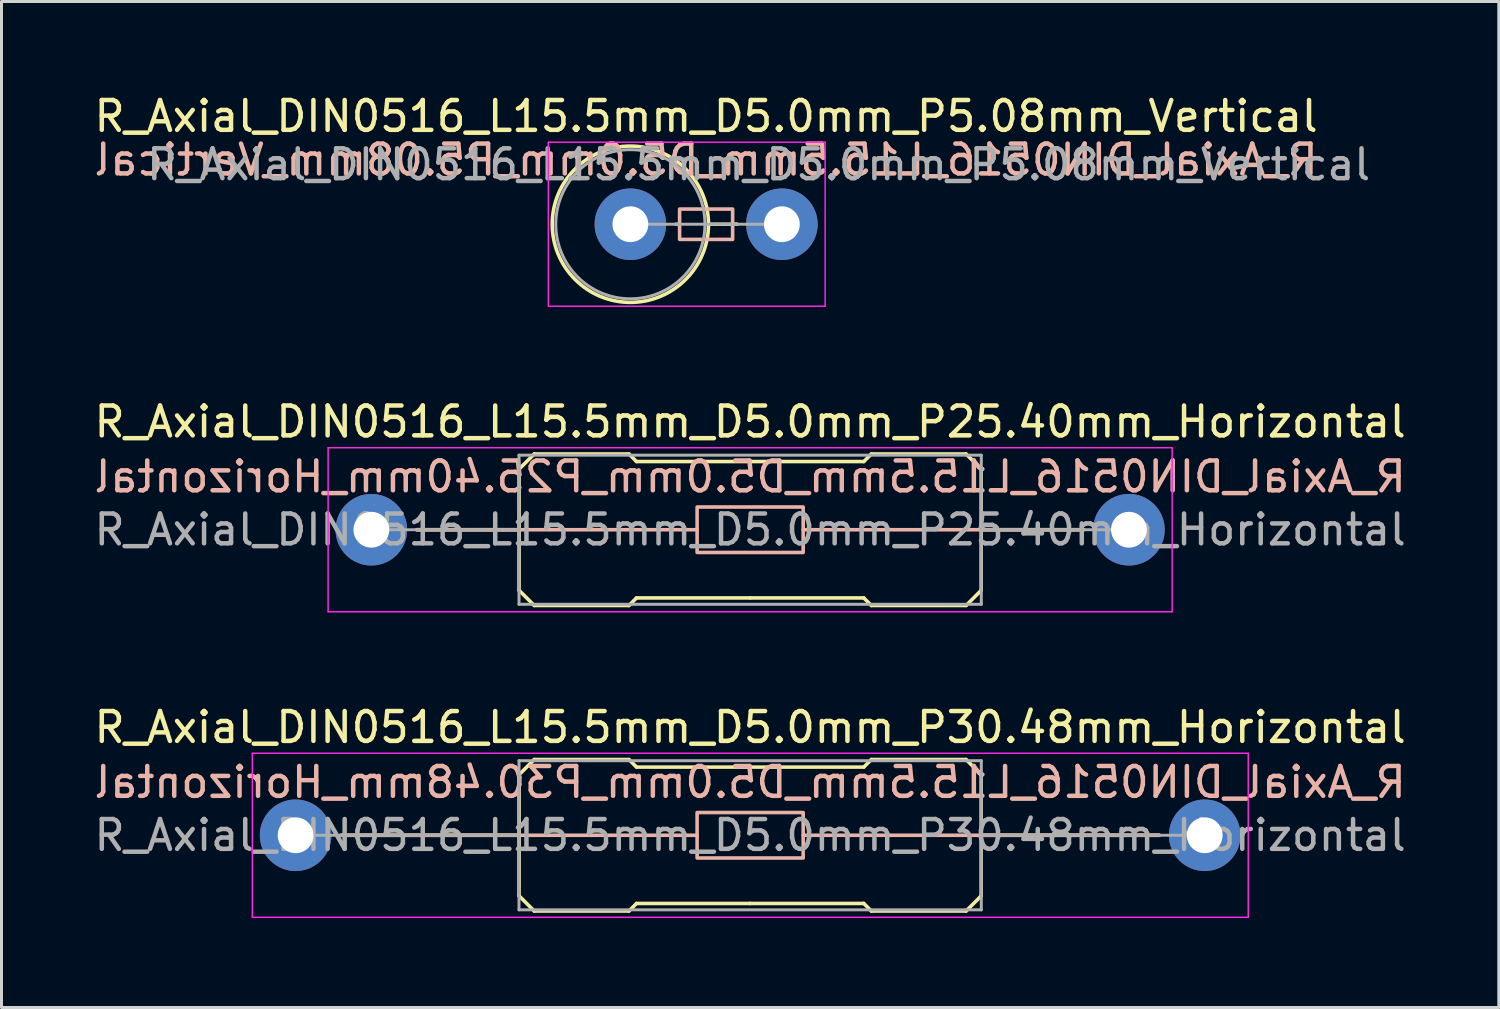
<source format=kicad_pcb>
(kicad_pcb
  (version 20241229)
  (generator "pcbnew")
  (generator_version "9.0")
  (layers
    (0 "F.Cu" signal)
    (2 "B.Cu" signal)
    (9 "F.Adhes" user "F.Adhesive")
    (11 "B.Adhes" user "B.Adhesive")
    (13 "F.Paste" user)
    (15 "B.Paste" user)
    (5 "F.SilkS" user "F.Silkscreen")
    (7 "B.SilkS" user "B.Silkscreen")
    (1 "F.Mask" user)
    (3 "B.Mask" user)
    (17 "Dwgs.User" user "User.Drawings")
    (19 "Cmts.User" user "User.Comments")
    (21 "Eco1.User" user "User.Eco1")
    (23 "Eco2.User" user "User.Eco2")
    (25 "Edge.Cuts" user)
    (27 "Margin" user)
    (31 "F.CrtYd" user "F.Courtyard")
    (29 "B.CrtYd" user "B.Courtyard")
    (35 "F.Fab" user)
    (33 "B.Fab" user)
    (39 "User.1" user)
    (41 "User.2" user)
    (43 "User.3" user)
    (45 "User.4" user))
  (footprint "R_Axial_DIN0516_L15.5mm_D5.0mm_P30.48mm_Horizontal"
    (layer "F.Cu")
    (at 6.861 24.955)
    (property "Reference" "R_Axial_DIN0516_L15.5mm_D5.0mm_P30.48mm_Horizontal" (at 15.24 -3.62 0) (layer "F.SilkS") (effects (font (size 1 1) (thickness 0.15))))
    (fp_line (start 7.493 -2.032) (end 8.001 -2.54) (stroke (width 0.12) (type solid)) (layer "F.SilkS"))
    (fp_line (start 7.493 0) (end 1.524 0) (stroke (width 0.12) (type solid)) (layer "F.SilkS"))
    (fp_line (start 7.493 2.032) (end 7.493 -2.032) (stroke (width 0.12) (type solid)) (layer "F.SilkS"))
    (fp_line (start 7.493 2.032) (end 8.001 2.54) (stroke (width 0.12) (type solid)) (layer "F.SilkS"))
    (fp_line (start 8.001 -2.54) (end 11.176 -2.54) (stroke (width 0.12) (type solid)) (layer "F.SilkS"))
    (fp_line (start 8.001 2.54) (end 11.176 2.54) (stroke (width 0.12) (type solid)) (layer "F.SilkS"))
    (fp_line (start 11.176 -2.54) (end 11.43 -2.286) (stroke (width 0.12) (type solid)) (layer "F.SilkS"))
    (fp_line (start 11.176 2.54) (end 11.43 2.286) (stroke (width 0.12) (type solid)) (layer "F.SilkS"))
    (fp_line (start 11.43 -2.286) (end 15.24 -2.286) (stroke (width 0.12) (type solid)) (layer "F.SilkS"))
    (fp_line (start 11.43 2.286) (end 15.24 2.286) (stroke (width 0.12) (type solid)) (layer "F.SilkS"))
    (fp_line (start 19.05 -2.286) (end 15.24 -2.286) (stroke (width 0.12) (type solid)) (layer "F.SilkS"))
    (fp_line (start 19.05 2.286) (end 15.24 2.286) (stroke (width 0.12) (type solid)) (layer "F.SilkS"))
    (fp_line (start 19.304 -2.54) (end 19.05 -2.286) (stroke (width 0.12) (type solid)) (layer "F.SilkS"))
    (fp_line (start 19.304 2.54) (end 19.05 2.286) (stroke (width 0.12) (type solid)) (layer "F.SilkS"))
    (fp_line (start 22.479 -2.54) (end 19.304 -2.54) (stroke (width 0.12) (type solid)) (layer "F.SilkS"))
    (fp_line (start 22.479 2.54) (end 19.304 2.54) (stroke (width 0.12) (type solid)) (layer "F.SilkS"))
    (fp_line (start 22.987 -2.032) (end 22.479 -2.54) (stroke (width 0.12) (type solid)) (layer "F.SilkS"))
    (fp_line (start 22.987 2.032) (end 22.479 2.54) (stroke (width 0.12) (type solid)) (layer "F.SilkS"))
    (fp_line (start 22.987 2.032) (end 22.987 -2.032) (stroke (width 0.12) (type solid)) (layer "F.SilkS"))
    (fp_line (start 28.956 0) (end 22.987 0) (stroke (width 0.12) (type solid)) (layer "F.SilkS"))
    (fp_line (start 13.462 0) (end 1.524 0) (stroke (width 0.12) (type solid)) (layer "B.SilkS"))
    (fp_line (start 17.018 0) (end 28.956 0) (stroke (width 0.12) (type solid)) (layer "B.SilkS"))
    (fp_rect (start 13.462 -0.762) (end 17.018 0.762) (stroke (width 0.12) (type solid)) (fill no) (layer "B.SilkS"))
    (fp_line (start -1.45 -2.75) (end -1.45 2.75) (stroke (width 0.05) (type solid)) (layer "F.CrtYd"))
    (fp_line (start -1.45 2.75) (end 31.94 2.75) (stroke (width 0.05) (type solid)) (layer "F.CrtYd"))
    (fp_line (start 31.94 -2.75) (end -1.45 -2.75) (stroke (width 0.05) (type solid)) (layer "F.CrtYd"))
    (fp_line (start 31.94 2.75) (end 31.94 -2.75) (stroke (width 0.05) (type solid)) (layer "F.CrtYd"))
    (fp_line (start 0 0) (end 7.49 0) (stroke (width 0.1) (type solid)) (layer "F.Fab"))
    (fp_line (start 7.49 -2.5) (end 7.49 2.5) (stroke (width 0.1) (type solid)) (layer "F.Fab"))
    (fp_line (start 7.49 2.5) (end 22.99 2.5) (stroke (width 0.1) (type solid)) (layer "F.Fab"))
    (fp_line (start 22.99 -2.5) (end 7.49 -2.5) (stroke (width 0.1) (type solid)) (layer "F.Fab"))
    (fp_line (start 22.99 2.5) (end 22.99 -2.5) (stroke (width 0.1) (type solid)) (layer "F.Fab"))
    (fp_line (start 30.48 0) (end 22.99 0) (stroke (width 0.1) (type solid)) (layer "F.Fab"))
    (fp_text user "${REFERENCE}" (at 15.24 -1.778 0) (layer "B.SilkS") (effects (font (size 1 1) (thickness 0.15)) (justify mirror)))
    (fp_text user "${REFERENCE}" (at 15.24 0 0) (layer "F.Fab") (effects (font (size 1 1) (thickness 0.15))))
    (pad "1" thru_hole circle (at 0 0) (size 2.4 2.4) (drill 1.2) (layers "*.Cu" "*.Mask"))
    (pad "2" thru_hole oval (at 30.48 0) (size 2.4 2.4) (drill 1.2) (layers "*.Cu" "*.Mask")))
  (footprint "R_Axial_DIN0516_L15.5mm_D5.0mm_P5.08mm_Vertical"
    (layer "F.Cu")
    (at 18.085 4.468)
    (property "Reference" "R_Axial_DIN0516_L15.5mm_D5.0mm_P5.08mm_Vertical" (at 2.54 -3.62 0) (layer "F.SilkS") (effects (font (size 1 1) (thickness 0.15))))
    (fp_line (start 2.62 0) (end 3.58 0) (stroke (width 0.12) (type solid)) (layer "F.SilkS"))
    (fp_circle (center 0 0) (end 2.62 0) (stroke (width 0.12) (type solid)) (fill no) (layer "F.SilkS"))
    (fp_line (start 1.524 0) (end 1.651 0) (stroke (width 0.12) (type solid)) (layer "B.SilkS"))
    (fp_line (start 3.556 0) (end 3.429 0) (stroke (width 0.12) (type solid)) (layer "B.SilkS"))
    (fp_rect (start 1.651 -0.508) (end 3.429 0.508) (stroke (width 0.12) (type solid)) (fill no) (layer "B.SilkS"))
    (fp_line (start -2.75 -2.75) (end -2.75 2.75) (stroke (width 0.05) (type solid)) (layer "F.CrtYd"))
    (fp_line (start -2.75 2.75) (end 6.53 2.75) (stroke (width 0.05) (type solid)) (layer "F.CrtYd"))
    (fp_line (start 6.53 -2.75) (end -2.75 -2.75) (stroke (width 0.05) (type solid)) (layer "F.CrtYd"))
    (fp_line (start 6.53 2.75) (end 6.53 -2.75) (stroke (width 0.05) (type solid)) (layer "F.CrtYd"))
    (fp_line (start 0 0) (end 5.08 0) (stroke (width 0.1) (type solid)) (layer "F.Fab"))
    (fp_circle (center 0 0) (end 2.5 0) (stroke (width 0.1) (type solid)) (fill no) (layer "F.Fab"))
    (fp_text user "${REFERENCE}" (at 2.54 -2.159 0) (layer "B.SilkS") (effects (font (size 1 1) (thickness 0.15)) (justify mirror)))
    (fp_text user "${REFERENCE}" (at 4.3 -2 0) (layer "F.Fab") (effects (font (size 1 1) (thickness 0.15))))
    (pad "1" thru_hole circle (at 0 0) (size 2.4 2.4) (drill 1.2) (layers "*.Cu" "*.Mask"))
    (pad "2" thru_hole oval (at 5.08 0) (size 2.4 2.4) (drill 1.2) (layers "*.Cu" "*.Mask")))
  (footprint "R_Axial_DIN0516_L15.5mm_D5.0mm_P25.40mm_Horizontal"
    (layer "F.Cu")
    (at 9.401 14.711)
    (property "Reference" "R_Axial_DIN0516_L15.5mm_D5.0mm_P25.40mm_Horizontal" (at 12.7 -3.62 0) (layer "F.SilkS") (effects (font (size 1 1) (thickness 0.15))))
    (fp_line (start 4.953 -2.032) (end 5.461 -2.54) (stroke (width 0.12) (type solid)) (layer "F.SilkS"))
    (fp_line (start 4.953 0) (end 1.524 0) (stroke (width 0.12) (type solid)) (layer "F.SilkS"))
    (fp_line (start 4.953 2.032) (end 4.953 -2.032) (stroke (width 0.12) (type solid)) (layer "F.SilkS"))
    (fp_line (start 4.953 2.032) (end 5.461 2.54) (stroke (width 0.12) (type solid)) (layer "F.SilkS"))
    (fp_line (start 5.461 -2.54) (end 8.636 -2.54) (stroke (width 0.12) (type solid)) (layer "F.SilkS"))
    (fp_line (start 5.461 2.54) (end 8.636 2.54) (stroke (width 0.12) (type solid)) (layer "F.SilkS"))
    (fp_line (start 8.636 -2.54) (end 8.89 -2.286) (stroke (width 0.12) (type solid)) (layer "F.SilkS"))
    (fp_line (start 8.636 2.54) (end 8.89 2.286) (stroke (width 0.12) (type solid)) (layer "F.SilkS"))
    (fp_line (start 8.89 -2.286) (end 12.7 -2.286) (stroke (width 0.12) (type solid)) (layer "F.SilkS"))
    (fp_line (start 8.89 2.286) (end 12.7 2.286) (stroke (width 0.12) (type solid)) (layer "F.SilkS"))
    (fp_line (start 16.51 -2.286) (end 12.7 -2.286) (stroke (width 0.12) (type solid)) (layer "F.SilkS"))
    (fp_line (start 16.51 2.286) (end 12.7 2.286) (stroke (width 0.12) (type solid)) (layer "F.SilkS"))
    (fp_line (start 16.764 -2.54) (end 16.51 -2.286) (stroke (width 0.12) (type solid)) (layer "F.SilkS"))
    (fp_line (start 16.764 2.54) (end 16.51 2.286) (stroke (width 0.12) (type solid)) (layer "F.SilkS"))
    (fp_line (start 19.939 -2.54) (end 16.764 -2.54) (stroke (width 0.12) (type solid)) (layer "F.SilkS"))
    (fp_line (start 19.939 2.54) (end 16.764 2.54) (stroke (width 0.12) (type solid)) (layer "F.SilkS"))
    (fp_line (start 20.447 -2.032) (end 19.939 -2.54) (stroke (width 0.12) (type solid)) (layer "F.SilkS"))
    (fp_line (start 20.447 2.032) (end 19.939 2.54) (stroke (width 0.12) (type solid)) (layer "F.SilkS"))
    (fp_line (start 20.447 2.032) (end 20.447 -2.032) (stroke (width 0.12) (type solid)) (layer "F.SilkS"))
    (fp_line (start 23.876 0) (end 20.447 0) (stroke (width 0.12) (type solid)) (layer "F.SilkS"))
    (fp_line (start 10.922 0) (end 1.524 0) (stroke (width 0.12) (type solid)) (layer "B.SilkS"))
    (fp_line (start 14.478 0) (end 23.876 0) (stroke (width 0.12) (type solid)) (layer "B.SilkS"))
    (fp_rect (start 10.922 -0.762) (end 14.478 0.762) (stroke (width 0.12) (type solid)) (fill no) (layer "B.SilkS"))
    (fp_line (start -1.45 -2.75) (end -1.45 2.75) (stroke (width 0.05) (type solid)) (layer "F.CrtYd"))
    (fp_line (start -1.45 2.75) (end 26.85 2.75) (stroke (width 0.05) (type solid)) (layer "F.CrtYd"))
    (fp_line (start 26.85 -2.75) (end -1.45 -2.75) (stroke (width 0.05) (type solid)) (layer "F.CrtYd"))
    (fp_line (start 26.85 2.75) (end 26.85 -2.75) (stroke (width 0.05) (type solid)) (layer "F.CrtYd"))
    (fp_line (start 0 0) (end 4.95 0) (stroke (width 0.1) (type solid)) (layer "F.Fab"))
    (fp_line (start 4.95 -2.5) (end 4.95 2.5) (stroke (width 0.1) (type solid)) (layer "F.Fab"))
    (fp_line (start 4.95 2.5) (end 20.45 2.5) (stroke (width 0.1) (type solid)) (layer "F.Fab"))
    (fp_line (start 20.45 -2.5) (end 4.95 -2.5) (stroke (width 0.1) (type solid)) (layer "F.Fab"))
    (fp_line (start 20.45 2.5) (end 20.45 -2.5) (stroke (width 0.1) (type solid)) (layer "F.Fab"))
    (fp_line (start 25.4 0) (end 20.45 0) (stroke (width 0.1) (type solid)) (layer "F.Fab"))
    (fp_text user "${REFERENCE}" (at 12.7 -1.778 0) (layer "B.SilkS") (effects (font (size 1 1) (thickness 0.15)) (justify mirror)))
    (fp_text user "${REFERENCE}" (at 12.7 0 0) (layer "F.Fab") (effects (font (size 1 1) (thickness 0.15))))
    (pad "1" thru_hole circle (at 0 0) (size 2.4 2.4) (drill 1.2) (layers "*.Cu" "*.Mask"))
    (pad "2" thru_hole oval (at 25.4 0) (size 2.4 2.4) (drill 1.2) (layers "*.Cu" "*.Mask")))
  (gr_rect
    (start -3 -3)
    (end 47.202 30.73)
    (stroke (width 0.1) (type default))
    (fill no)
    (layer "Edge.Cuts")))
</source>
